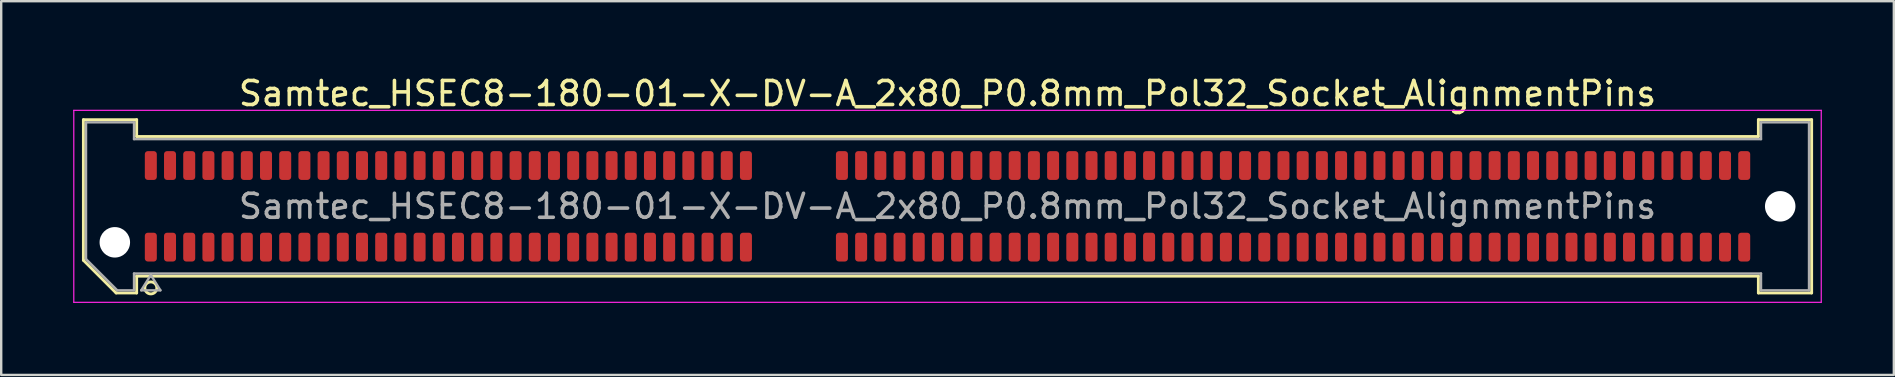
<source format=kicad_pcb>
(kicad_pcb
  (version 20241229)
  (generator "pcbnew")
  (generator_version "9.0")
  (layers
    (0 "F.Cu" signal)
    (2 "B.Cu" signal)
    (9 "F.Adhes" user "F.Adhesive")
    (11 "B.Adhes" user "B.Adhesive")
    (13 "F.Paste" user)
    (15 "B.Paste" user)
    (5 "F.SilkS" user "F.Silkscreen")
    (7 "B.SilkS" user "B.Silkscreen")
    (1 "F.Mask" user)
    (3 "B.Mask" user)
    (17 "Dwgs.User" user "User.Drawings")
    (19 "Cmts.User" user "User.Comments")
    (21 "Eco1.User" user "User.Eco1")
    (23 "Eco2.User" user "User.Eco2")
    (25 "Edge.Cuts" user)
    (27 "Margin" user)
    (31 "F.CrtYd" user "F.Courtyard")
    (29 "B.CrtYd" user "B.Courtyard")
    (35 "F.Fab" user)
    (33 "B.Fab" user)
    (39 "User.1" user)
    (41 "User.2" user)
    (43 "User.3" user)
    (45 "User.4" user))
  (footprint "Samtec_HSEC8-180-01-X-DV-A_2x80_P0.8mm_Pol32_Socket_AlignmentPins"
    (layer "F.Cu")
    (at 36.435 5.548)
    (property "Reference" "Samtec_HSEC8-180-01-X-DV-A_2x80_P0.8mm_Pol32_Socket_AlignmentPins" (at 0 -4.7 0) (layer "F.SilkS") (effects (font (size 1 1) (thickness 0.15))))
    (attr smd)
    (fp_line (start -36.01 -3.61) (end -33.79 -3.61) (stroke (width 0.12) (type solid)) (layer "F.SilkS"))
    (fp_line (start -36.01 2.246) (end -36.01 -3.61) (stroke (width 0.12) (type solid)) (layer "F.SilkS"))
    (fp_line (start -34.646 3.61) (end -36.01 2.246) (stroke (width 0.12) (type solid)) (layer "F.SilkS"))
    (fp_line (start -33.79 -3.61) (end -33.79 -2.91) (stroke (width 0.12) (type solid)) (layer "F.SilkS"))
    (fp_line (start -33.79 -2.91) (end 33.79 -2.91) (stroke (width 0.12) (type solid)) (layer "F.SilkS"))
    (fp_line (start -33.79 2.91) (end -33.79 3.61) (stroke (width 0.12) (type solid)) (layer "F.SilkS"))
    (fp_line (start -33.79 3.61) (end -34.646 3.61) (stroke (width 0.12) (type solid)) (layer "F.SilkS"))
    (fp_line (start 33.79 -3.61) (end 36.01 -3.61) (stroke (width 0.12) (type solid)) (layer "F.SilkS"))
    (fp_line (start 33.79 -2.91) (end 33.79 -3.61) (stroke (width 0.12) (type solid)) (layer "F.SilkS"))
    (fp_line (start 33.79 2.91) (end -33.79 2.91) (stroke (width 0.12) (type solid)) (layer "F.SilkS"))
    (fp_line (start 33.79 3.61) (end 33.79 2.91) (stroke (width 0.12) (type solid)) (layer "F.SilkS"))
    (fp_line (start 36.01 -3.61) (end 36.01 3.61) (stroke (width 0.12) (type solid)) (layer "F.SilkS"))
    (fp_line (start 36.01 3.61) (end 33.79 3.61) (stroke (width 0.12) (type solid)) (layer "F.SilkS"))
    (fp_arc (start -32.95 3.4) (mid -33.45 3.4) (end -32.95 3.4) (stroke (width 0.12) (type solid)) (layer "F.SilkS"))
    (fp_line (start -36.41 -4) (end -36.41 4) (stroke (width 0.05) (type solid)) (layer "F.CrtYd"))
    (fp_line (start -36.41 4) (end 36.41 4) (stroke (width 0.05) (type solid)) (layer "F.CrtYd"))
    (fp_line (start 36.41 -4) (end -36.41 -4) (stroke (width 0.05) (type solid)) (layer "F.CrtYd"))
    (fp_line (start 36.41 4) (end 36.41 -4) (stroke (width 0.05) (type solid)) (layer "F.CrtYd"))
    (fp_line (start -35.9 -3.5) (end -33.9 -3.5) (stroke (width 0.1) (type solid)) (layer "F.Fab"))
    (fp_line (start -35.9 2.2) (end -35.9 -3.5) (stroke (width 0.1) (type solid)) (layer "F.Fab"))
    (fp_line (start -34.6 3.5) (end -35.9 2.2) (stroke (width 0.1) (type solid)) (layer "F.Fab"))
    (fp_line (start -33.9 -3.5) (end -33.9 -2.8) (stroke (width 0.1) (type solid)) (layer "F.Fab"))
    (fp_line (start -33.9 -2.8) (end 33.9 -2.8) (stroke (width 0.1) (type solid)) (layer "F.Fab"))
    (fp_line (start -33.9 2.8) (end -33.9 3.5) (stroke (width 0.1) (type solid)) (layer "F.Fab"))
    (fp_line (start -33.9 3.5) (end -34.6 3.5) (stroke (width 0.1) (type solid)) (layer "F.Fab"))
    (fp_line (start -33.6 3.5) (end -33.2 2.86) (stroke (width 0.1) (type solid)) (layer "F.Fab"))
    (fp_line (start -33.2 2.86) (end -32.8 3.5) (stroke (width 0.1) (type solid)) (layer "F.Fab"))
    (fp_line (start -32.8 3.5) (end -33.6 3.5) (stroke (width 0.1) (type solid)) (layer "F.Fab"))
    (fp_line (start 33.9 -3.5) (end 35.9 -3.5) (stroke (width 0.1) (type solid)) (layer "F.Fab"))
    (fp_line (start 33.9 -2.8) (end 33.9 -3.5) (stroke (width 0.1) (type solid)) (layer "F.Fab"))
    (fp_line (start 33.9 2.8) (end -33.9 2.8) (stroke (width 0.1) (type solid)) (layer "F.Fab"))
    (fp_line (start 33.9 3.5) (end 33.9 2.8) (stroke (width 0.1) (type solid)) (layer "F.Fab"))
    (fp_line (start 35.9 -3.5) (end 35.9 3.5) (stroke (width 0.1) (type solid)) (layer "F.Fab"))
    (fp_line (start 35.9 3.5) (end 33.9 3.5) (stroke (width 0.1) (type solid)) (layer "F.Fab"))
    (fp_text user "${REFERENCE}" (at 0 0 0) (layer "F.Fab") (effects (font (size 1 1) (thickness 0.15))))
    (pad "" np_thru_hole circle (at -34.7 1.5) (size 1.27 1.27) (drill 1.27) (layers "*.Cu" "*.Mask"))
    (pad "" np_thru_hole circle (at 34.7 0) (size 1.27 1.27) (drill 1.27) (layers "*.Cu" "*.Mask"))
    (pad "1" smd roundrect (at -33.2 1.7) (size 0.5 1.2) (layers "F.Cu" "F.Mask" "F.Paste") (roundrect_rratio 0.25))
    (pad "2" smd roundrect (at -33.2 -1.7) (size 0.5 1.2) (layers "F.Cu" "F.Mask" "F.Paste") (roundrect_rratio 0.25))
    (pad "3" smd roundrect (at -32.4 1.7) (size 0.5 1.2) (layers "F.Cu" "F.Mask" "F.Paste") (roundrect_rratio 0.25))
    (pad "4" smd roundrect (at -32.4 -1.7) (size 0.5 1.2) (layers "F.Cu" "F.Mask" "F.Paste") (roundrect_rratio 0.25))
    (pad "5" smd roundrect (at -31.6 1.7) (size 0.5 1.2) (layers "F.Cu" "F.Mask" "F.Paste") (roundrect_rratio 0.25))
    (pad "6" smd roundrect (at -31.6 -1.7) (size 0.5 1.2) (layers "F.Cu" "F.Mask" "F.Paste") (roundrect_rratio 0.25))
    (pad "7" smd roundrect (at -30.8 1.7) (size 0.5 1.2) (layers "F.Cu" "F.Mask" "F.Paste") (roundrect_rratio 0.25))
    (pad "8" smd roundrect (at -30.8 -1.7) (size 0.5 1.2) (layers "F.Cu" "F.Mask" "F.Paste") (roundrect_rratio 0.25))
    (pad "9" smd roundrect (at -30 1.7) (size 0.5 1.2) (layers "F.Cu" "F.Mask" "F.Paste") (roundrect_rratio 0.25))
    (pad "10" smd roundrect (at -30 -1.7) (size 0.5 1.2) (layers "F.Cu" "F.Mask" "F.Paste") (roundrect_rratio 0.25))
    (pad "11" smd roundrect (at -29.2 1.7) (size 0.5 1.2) (layers "F.Cu" "F.Mask" "F.Paste") (roundrect_rratio 0.25))
    (pad "12" smd roundrect (at -29.2 -1.7) (size 0.5 1.2) (layers "F.Cu" "F.Mask" "F.Paste") (roundrect_rratio 0.25))
    (pad "13" smd roundrect (at -28.4 1.7) (size 0.5 1.2) (layers "F.Cu" "F.Mask" "F.Paste") (roundrect_rratio 0.25))
    (pad "14" smd roundrect (at -28.4 -1.7) (size 0.5 1.2) (layers "F.Cu" "F.Mask" "F.Paste") (roundrect_rratio 0.25))
    (pad "15" smd roundrect (at -27.6 1.7) (size 0.5 1.2) (layers "F.Cu" "F.Mask" "F.Paste") (roundrect_rratio 0.25))
    (pad "16" smd roundrect (at -27.6 -1.7) (size 0.5 1.2) (layers "F.Cu" "F.Mask" "F.Paste") (roundrect_rratio 0.25))
    (pad "17" smd roundrect (at -26.8 1.7) (size 0.5 1.2) (layers "F.Cu" "F.Mask" "F.Paste") (roundrect_rratio 0.25))
    (pad "18" smd roundrect (at -26.8 -1.7) (size 0.5 1.2) (layers "F.Cu" "F.Mask" "F.Paste") (roundrect_rratio 0.25))
    (pad "19" smd roundrect (at -26 1.7) (size 0.5 1.2) (layers "F.Cu" "F.Mask" "F.Paste") (roundrect_rratio 0.25))
    (pad "20" smd roundrect (at -26 -1.7) (size 0.5 1.2) (layers "F.Cu" "F.Mask" "F.Paste") (roundrect_rratio 0.25))
    (pad "21" smd roundrect (at -25.2 1.7) (size 0.5 1.2) (layers "F.Cu" "F.Mask" "F.Paste") (roundrect_rratio 0.25))
    (pad "22" smd roundrect (at -25.2 -1.7) (size 0.5 1.2) (layers "F.Cu" "F.Mask" "F.Paste") (roundrect_rratio 0.25))
    (pad "23" smd roundrect (at -24.4 1.7) (size 0.5 1.2) (layers "F.Cu" "F.Mask" "F.Paste") (roundrect_rratio 0.25))
    (pad "24" smd roundrect (at -24.4 -1.7) (size 0.5 1.2) (layers "F.Cu" "F.Mask" "F.Paste") (roundrect_rratio 0.25))
    (pad "25" smd roundrect (at -23.6 1.7) (size 0.5 1.2) (layers "F.Cu" "F.Mask" "F.Paste") (roundrect_rratio 0.25))
    (pad "26" smd roundrect (at -23.6 -1.7) (size 0.5 1.2) (layers "F.Cu" "F.Mask" "F.Paste") (roundrect_rratio 0.25))
    (pad "27" smd roundrect (at -22.8 1.7) (size 0.5 1.2) (layers "F.Cu" "F.Mask" "F.Paste") (roundrect_rratio 0.25))
    (pad "28" smd roundrect (at -22.8 -1.7) (size 0.5 1.2) (layers "F.Cu" "F.Mask" "F.Paste") (roundrect_rratio 0.25))
    (pad "29" smd roundrect (at -22 1.7) (size 0.5 1.2) (layers "F.Cu" "F.Mask" "F.Paste") (roundrect_rratio 0.25))
    (pad "30" smd roundrect (at -22 -1.7) (size 0.5 1.2) (layers "F.Cu" "F.Mask" "F.Paste") (roundrect_rratio 0.25))
    (pad "31" smd roundrect (at -21.2 1.7) (size 0.5 1.2) (layers "F.Cu" "F.Mask" "F.Paste") (roundrect_rratio 0.25))
    (pad "32" smd roundrect (at -21.2 -1.7) (size 0.5 1.2) (layers "F.Cu" "F.Mask" "F.Paste") (roundrect_rratio 0.25))
    (pad "33" smd roundrect (at -20.4 1.7) (size 0.5 1.2) (layers "F.Cu" "F.Mask" "F.Paste") (roundrect_rratio 0.25))
    (pad "34" smd roundrect (at -20.4 -1.7) (size 0.5 1.2) (layers "F.Cu" "F.Mask" "F.Paste") (roundrect_rratio 0.25))
    (pad "35" smd roundrect (at -19.6 1.7) (size 0.5 1.2) (layers "F.Cu" "F.Mask" "F.Paste") (roundrect_rratio 0.25))
    (pad "36" smd roundrect (at -19.6 -1.7) (size 0.5 1.2) (layers "F.Cu" "F.Mask" "F.Paste") (roundrect_rratio 0.25))
    (pad "37" smd roundrect (at -18.8 1.7) (size 0.5 1.2) (layers "F.Cu" "F.Mask" "F.Paste") (roundrect_rratio 0.25))
    (pad "38" smd roundrect (at -18.8 -1.7) (size 0.5 1.2) (layers "F.Cu" "F.Mask" "F.Paste") (roundrect_rratio 0.25))
    (pad "39" smd roundrect (at -18 1.7) (size 0.5 1.2) (layers "F.Cu" "F.Mask" "F.Paste") (roundrect_rratio 0.25))
    (pad "40" smd roundrect (at -18 -1.7) (size 0.5 1.2) (layers "F.Cu" "F.Mask" "F.Paste") (roundrect_rratio 0.25))
    (pad "41" smd roundrect (at -17.2 1.7) (size 0.5 1.2) (layers "F.Cu" "F.Mask" "F.Paste") (roundrect_rratio 0.25))
    (pad "42" smd roundrect (at -17.2 -1.7) (size 0.5 1.2) (layers "F.Cu" "F.Mask" "F.Paste") (roundrect_rratio 0.25))
    (pad "43" smd roundrect (at -16.4 1.7) (size 0.5 1.2) (layers "F.Cu" "F.Mask" "F.Paste") (roundrect_rratio 0.25))
    (pad "44" smd roundrect (at -16.4 -1.7) (size 0.5 1.2) (layers "F.Cu" "F.Mask" "F.Paste") (roundrect_rratio 0.25))
    (pad "45" smd roundrect (at -15.6 1.7) (size 0.5 1.2) (layers "F.Cu" "F.Mask" "F.Paste") (roundrect_rratio 0.25))
    (pad "46" smd roundrect (at -15.6 -1.7) (size 0.5 1.2) (layers "F.Cu" "F.Mask" "F.Paste") (roundrect_rratio 0.25))
    (pad "47" smd roundrect (at -14.8 1.7) (size 0.5 1.2) (layers "F.Cu" "F.Mask" "F.Paste") (roundrect_rratio 0.25))
    (pad "48" smd roundrect (at -14.8 -1.7) (size 0.5 1.2) (layers "F.Cu" "F.Mask" "F.Paste") (roundrect_rratio 0.25))
    (pad "49" smd roundrect (at -14 1.7) (size 0.5 1.2) (layers "F.Cu" "F.Mask" "F.Paste") (roundrect_rratio 0.25))
    (pad "50" smd roundrect (at -14 -1.7) (size 0.5 1.2) (layers "F.Cu" "F.Mask" "F.Paste") (roundrect_rratio 0.25))
    (pad "51" smd roundrect (at -13.2 1.7) (size 0.5 1.2) (layers "F.Cu" "F.Mask" "F.Paste") (roundrect_rratio 0.25))
    (pad "52" smd roundrect (at -13.2 -1.7) (size 0.5 1.2) (layers "F.Cu" "F.Mask" "F.Paste") (roundrect_rratio 0.25))
    (pad "53" smd roundrect (at -12.4 1.7) (size 0.5 1.2) (layers "F.Cu" "F.Mask" "F.Paste") (roundrect_rratio 0.25))
    (pad "54" smd roundrect (at -12.4 -1.7) (size 0.5 1.2) (layers "F.Cu" "F.Mask" "F.Paste") (roundrect_rratio 0.25))
    (pad "55" smd roundrect (at -11.6 1.7) (size 0.5 1.2) (layers "F.Cu" "F.Mask" "F.Paste") (roundrect_rratio 0.25))
    (pad "56" smd roundrect (at -11.6 -1.7) (size 0.5 1.2) (layers "F.Cu" "F.Mask" "F.Paste") (roundrect_rratio 0.25))
    (pad "57" smd roundrect (at -10.8 1.7) (size 0.5 1.2) (layers "F.Cu" "F.Mask" "F.Paste") (roundrect_rratio 0.25))
    (pad "58" smd roundrect (at -10.8 -1.7) (size 0.5 1.2) (layers "F.Cu" "F.Mask" "F.Paste") (roundrect_rratio 0.25))
    (pad "59" smd roundrect (at -10 1.7) (size 0.5 1.2) (layers "F.Cu" "F.Mask" "F.Paste") (roundrect_rratio 0.25))
    (pad "60" smd roundrect (at -10 -1.7) (size 0.5 1.2) (layers "F.Cu" "F.Mask" "F.Paste") (roundrect_rratio 0.25))
    (pad "61" smd roundrect (at -9.2 1.7) (size 0.5 1.2) (layers "F.Cu" "F.Mask" "F.Paste") (roundrect_rratio 0.25))
    (pad "62" smd roundrect (at -9.2 -1.7) (size 0.5 1.2) (layers "F.Cu" "F.Mask" "F.Paste") (roundrect_rratio 0.25))
    (pad "63" smd roundrect (at -8.4 1.7) (size 0.5 1.2) (layers "F.Cu" "F.Mask" "F.Paste") (roundrect_rratio 0.25))
    (pad "64" smd roundrect (at -8.4 -1.7) (size 0.5 1.2) (layers "F.Cu" "F.Mask" "F.Paste") (roundrect_rratio 0.25))
    (pad "65" smd roundrect (at -4.4 1.7) (size 0.5 1.2) (layers "F.Cu" "F.Mask" "F.Paste") (roundrect_rratio 0.25))
    (pad "66" smd roundrect (at -4.4 -1.7) (size 0.5 1.2) (layers "F.Cu" "F.Mask" "F.Paste") (roundrect_rratio 0.25))
    (pad "67" smd roundrect (at -3.6 1.7) (size 0.5 1.2) (layers "F.Cu" "F.Mask" "F.Paste") (roundrect_rratio 0.25))
    (pad "68" smd roundrect (at -3.6 -1.7) (size 0.5 1.2) (layers "F.Cu" "F.Mask" "F.Paste") (roundrect_rratio 0.25))
    (pad "69" smd roundrect (at -2.8 1.7) (size 0.5 1.2) (layers "F.Cu" "F.Mask" "F.Paste") (roundrect_rratio 0.25))
    (pad "70" smd roundrect (at -2.8 -1.7) (size 0.5 1.2) (layers "F.Cu" "F.Mask" "F.Paste") (roundrect_rratio 0.25))
    (pad "71" smd roundrect (at -2 1.7) (size 0.5 1.2) (layers "F.Cu" "F.Mask" "F.Paste") (roundrect_rratio 0.25))
    (pad "72" smd roundrect (at -2 -1.7) (size 0.5 1.2) (layers "F.Cu" "F.Mask" "F.Paste") (roundrect_rratio 0.25))
    (pad "73" smd roundrect (at -1.2 1.7) (size 0.5 1.2) (layers "F.Cu" "F.Mask" "F.Paste") (roundrect_rratio 0.25))
    (pad "74" smd roundrect (at -1.2 -1.7) (size 0.5 1.2) (layers "F.Cu" "F.Mask" "F.Paste") (roundrect_rratio 0.25))
    (pad "75" smd roundrect (at -0.4 1.7) (size 0.5 1.2) (layers "F.Cu" "F.Mask" "F.Paste") (roundrect_rratio 0.25))
    (pad "76" smd roundrect (at -0.4 -1.7) (size 0.5 1.2) (layers "F.Cu" "F.Mask" "F.Paste") (roundrect_rratio 0.25))
    (pad "77" smd roundrect (at 0.4 1.7) (size 0.5 1.2) (layers "F.Cu" "F.Mask" "F.Paste") (roundrect_rratio 0.25))
    (pad "78" smd roundrect (at 0.4 -1.7) (size 0.5 1.2) (layers "F.Cu" "F.Mask" "F.Paste") (roundrect_rratio 0.25))
    (pad "79" smd roundrect (at 1.2 1.7) (size 0.5 1.2) (layers "F.Cu" "F.Mask" "F.Paste") (roundrect_rratio 0.25))
    (pad "80" smd roundrect (at 1.2 -1.7) (size 0.5 1.2) (layers "F.Cu" "F.Mask" "F.Paste") (roundrect_rratio 0.25))
    (pad "81" smd roundrect (at 2 1.7) (size 0.5 1.2) (layers "F.Cu" "F.Mask" "F.Paste") (roundrect_rratio 0.25))
    (pad "82" smd roundrect (at 2 -1.7) (size 0.5 1.2) (layers "F.Cu" "F.Mask" "F.Paste") (roundrect_rratio 0.25))
    (pad "83" smd roundrect (at 2.8 1.7) (size 0.5 1.2) (layers "F.Cu" "F.Mask" "F.Paste") (roundrect_rratio 0.25))
    (pad "84" smd roundrect (at 2.8 -1.7) (size 0.5 1.2) (layers "F.Cu" "F.Mask" "F.Paste") (roundrect_rratio 0.25))
    (pad "85" smd roundrect (at 3.6 1.7) (size 0.5 1.2) (layers "F.Cu" "F.Mask" "F.Paste") (roundrect_rratio 0.25))
    (pad "86" smd roundrect (at 3.6 -1.7) (size 0.5 1.2) (layers "F.Cu" "F.Mask" "F.Paste") (roundrect_rratio 0.25))
    (pad "87" smd roundrect (at 4.4 1.7) (size 0.5 1.2) (layers "F.Cu" "F.Mask" "F.Paste") (roundrect_rratio 0.25))
    (pad "88" smd roundrect (at 4.4 -1.7) (size 0.5 1.2) (layers "F.Cu" "F.Mask" "F.Paste") (roundrect_rratio 0.25))
    (pad "89" smd roundrect (at 5.2 1.7) (size 0.5 1.2) (layers "F.Cu" "F.Mask" "F.Paste") (roundrect_rratio 0.25))
    (pad "90" smd roundrect (at 5.2 -1.7) (size 0.5 1.2) (layers "F.Cu" "F.Mask" "F.Paste") (roundrect_rratio 0.25))
    (pad "91" smd roundrect (at 6 1.7) (size 0.5 1.2) (layers "F.Cu" "F.Mask" "F.Paste") (roundrect_rratio 0.25))
    (pad "92" smd roundrect (at 6 -1.7) (size 0.5 1.2) (layers "F.Cu" "F.Mask" "F.Paste") (roundrect_rratio 0.25))
    (pad "93" smd roundrect (at 6.8 1.7) (size 0.5 1.2) (layers "F.Cu" "F.Mask" "F.Paste") (roundrect_rratio 0.25))
    (pad "94" smd roundrect (at 6.8 -1.7) (size 0.5 1.2) (layers "F.Cu" "F.Mask" "F.Paste") (roundrect_rratio 0.25))
    (pad "95" smd roundrect (at 7.6 1.7) (size 0.5 1.2) (layers "F.Cu" "F.Mask" "F.Paste") (roundrect_rratio 0.25))
    (pad "96" smd roundrect (at 7.6 -1.7) (size 0.5 1.2) (layers "F.Cu" "F.Mask" "F.Paste") (roundrect_rratio 0.25))
    (pad "97" smd roundrect (at 8.4 1.7) (size 0.5 1.2) (layers "F.Cu" "F.Mask" "F.Paste") (roundrect_rratio 0.25))
    (pad "98" smd roundrect (at 8.4 -1.7) (size 0.5 1.2) (layers "F.Cu" "F.Mask" "F.Paste") (roundrect_rratio 0.25))
    (pad "99" smd roundrect (at 9.2 1.7) (size 0.5 1.2) (layers "F.Cu" "F.Mask" "F.Paste") (roundrect_rratio 0.25))
    (pad "100" smd roundrect (at 9.2 -1.7) (size 0.5 1.2) (layers "F.Cu" "F.Mask" "F.Paste") (roundrect_rratio 0.25))
    (pad "101" smd roundrect (at 10 1.7) (size 0.5 1.2) (layers "F.Cu" "F.Mask" "F.Paste") (roundrect_rratio 0.25))
    (pad "102" smd roundrect (at 10 -1.7) (size 0.5 1.2) (layers "F.Cu" "F.Mask" "F.Paste") (roundrect_rratio 0.25))
    (pad "103" smd roundrect (at 10.8 1.7) (size 0.5 1.2) (layers "F.Cu" "F.Mask" "F.Paste") (roundrect_rratio 0.25))
    (pad "104" smd roundrect (at 10.8 -1.7) (size 0.5 1.2) (layers "F.Cu" "F.Mask" "F.Paste") (roundrect_rratio 0.25))
    (pad "105" smd roundrect (at 11.6 1.7) (size 0.5 1.2) (layers "F.Cu" "F.Mask" "F.Paste") (roundrect_rratio 0.25))
    (pad "106" smd roundrect (at 11.6 -1.7) (size 0.5 1.2) (layers "F.Cu" "F.Mask" "F.Paste") (roundrect_rratio 0.25))
    (pad "107" smd roundrect (at 12.4 1.7) (size 0.5 1.2) (layers "F.Cu" "F.Mask" "F.Paste") (roundrect_rratio 0.25))
    (pad "108" smd roundrect (at 12.4 -1.7) (size 0.5 1.2) (layers "F.Cu" "F.Mask" "F.Paste") (roundrect_rratio 0.25))
    (pad "109" smd roundrect (at 13.2 1.7) (size 0.5 1.2) (layers "F.Cu" "F.Mask" "F.Paste") (roundrect_rratio 0.25))
    (pad "110" smd roundrect (at 13.2 -1.7) (size 0.5 1.2) (layers "F.Cu" "F.Mask" "F.Paste") (roundrect_rratio 0.25))
    (pad "111" smd roundrect (at 14 1.7) (size 0.5 1.2) (layers "F.Cu" "F.Mask" "F.Paste") (roundrect_rratio 0.25))
    (pad "112" smd roundrect (at 14 -1.7) (size 0.5 1.2) (layers "F.Cu" "F.Mask" "F.Paste") (roundrect_rratio 0.25))
    (pad "113" smd roundrect (at 14.8 1.7) (size 0.5 1.2) (layers "F.Cu" "F.Mask" "F.Paste") (roundrect_rratio 0.25))
    (pad "114" smd roundrect (at 14.8 -1.7) (size 0.5 1.2) (layers "F.Cu" "F.Mask" "F.Paste") (roundrect_rratio 0.25))
    (pad "115" smd roundrect (at 15.6 1.7) (size 0.5 1.2) (layers "F.Cu" "F.Mask" "F.Paste") (roundrect_rratio 0.25))
    (pad "116" smd roundrect (at 15.6 -1.7) (size 0.5 1.2) (layers "F.Cu" "F.Mask" "F.Paste") (roundrect_rratio 0.25))
    (pad "117" smd roundrect (at 16.4 1.7) (size 0.5 1.2) (layers "F.Cu" "F.Mask" "F.Paste") (roundrect_rratio 0.25))
    (pad "118" smd roundrect (at 16.4 -1.7) (size 0.5 1.2) (layers "F.Cu" "F.Mask" "F.Paste") (roundrect_rratio 0.25))
    (pad "119" smd roundrect (at 17.2 1.7) (size 0.5 1.2) (layers "F.Cu" "F.Mask" "F.Paste") (roundrect_rratio 0.25))
    (pad "120" smd roundrect (at 17.2 -1.7) (size 0.5 1.2) (layers "F.Cu" "F.Mask" "F.Paste") (roundrect_rratio 0.25))
    (pad "121" smd roundrect (at 18 1.7) (size 0.5 1.2) (layers "F.Cu" "F.Mask" "F.Paste") (roundrect_rratio 0.25))
    (pad "122" smd roundrect (at 18 -1.7) (size 0.5 1.2) (layers "F.Cu" "F.Mask" "F.Paste") (roundrect_rratio 0.25))
    (pad "123" smd roundrect (at 18.8 1.7) (size 0.5 1.2) (layers "F.Cu" "F.Mask" "F.Paste") (roundrect_rratio 0.25))
    (pad "124" smd roundrect (at 18.8 -1.7) (size 0.5 1.2) (layers "F.Cu" "F.Mask" "F.Paste") (roundrect_rratio 0.25))
    (pad "125" smd roundrect (at 19.6 1.7) (size 0.5 1.2) (layers "F.Cu" "F.Mask" "F.Paste") (roundrect_rratio 0.25))
    (pad "126" smd roundrect (at 19.6 -1.7) (size 0.5 1.2) (layers "F.Cu" "F.Mask" "F.Paste") (roundrect_rratio 0.25))
    (pad "127" smd roundrect (at 20.4 1.7) (size 0.5 1.2) (layers "F.Cu" "F.Mask" "F.Paste") (roundrect_rratio 0.25))
    (pad "128" smd roundrect (at 20.4 -1.7) (size 0.5 1.2) (layers "F.Cu" "F.Mask" "F.Paste") (roundrect_rratio 0.25))
    (pad "129" smd roundrect (at 21.2 1.7) (size 0.5 1.2) (layers "F.Cu" "F.Mask" "F.Paste") (roundrect_rratio 0.25))
    (pad "130" smd roundrect (at 21.2 -1.7) (size 0.5 1.2) (layers "F.Cu" "F.Mask" "F.Paste") (roundrect_rratio 0.25))
    (pad "131" smd roundrect (at 22 1.7) (size 0.5 1.2) (layers "F.Cu" "F.Mask" "F.Paste") (roundrect_rratio 0.25))
    (pad "132" smd roundrect (at 22 -1.7) (size 0.5 1.2) (layers "F.Cu" "F.Mask" "F.Paste") (roundrect_rratio 0.25))
    (pad "133" smd roundrect (at 22.8 1.7) (size 0.5 1.2) (layers "F.Cu" "F.Mask" "F.Paste") (roundrect_rratio 0.25))
    (pad "134" smd roundrect (at 22.8 -1.7) (size 0.5 1.2) (layers "F.Cu" "F.Mask" "F.Paste") (roundrect_rratio 0.25))
    (pad "135" smd roundrect (at 23.6 1.7) (size 0.5 1.2) (layers "F.Cu" "F.Mask" "F.Paste") (roundrect_rratio 0.25))
    (pad "136" smd roundrect (at 23.6 -1.7) (size 0.5 1.2) (layers "F.Cu" "F.Mask" "F.Paste") (roundrect_rratio 0.25))
    (pad "137" smd roundrect (at 24.4 1.7) (size 0.5 1.2) (layers "F.Cu" "F.Mask" "F.Paste") (roundrect_rratio 0.25))
    (pad "138" smd roundrect (at 24.4 -1.7) (size 0.5 1.2) (layers "F.Cu" "F.Mask" "F.Paste") (roundrect_rratio 0.25))
    (pad "139" smd roundrect (at 25.2 1.7) (size 0.5 1.2) (layers "F.Cu" "F.Mask" "F.Paste") (roundrect_rratio 0.25))
    (pad "140" smd roundrect (at 25.2 -1.7) (size 0.5 1.2) (layers "F.Cu" "F.Mask" "F.Paste") (roundrect_rratio 0.25))
    (pad "141" smd roundrect (at 26 1.7) (size 0.5 1.2) (layers "F.Cu" "F.Mask" "F.Paste") (roundrect_rratio 0.25))
    (pad "142" smd roundrect (at 26 -1.7) (size 0.5 1.2) (layers "F.Cu" "F.Mask" "F.Paste") (roundrect_rratio 0.25))
    (pad "143" smd roundrect (at 26.8 1.7) (size 0.5 1.2) (layers "F.Cu" "F.Mask" "F.Paste") (roundrect_rratio 0.25))
    (pad "144" smd roundrect (at 26.8 -1.7) (size 0.5 1.2) (layers "F.Cu" "F.Mask" "F.Paste") (roundrect_rratio 0.25))
    (pad "145" smd roundrect (at 27.6 1.7) (size 0.5 1.2) (layers "F.Cu" "F.Mask" "F.Paste") (roundrect_rratio 0.25))
    (pad "146" smd roundrect (at 27.6 -1.7) (size 0.5 1.2) (layers "F.Cu" "F.Mask" "F.Paste") (roundrect_rratio 0.25))
    (pad "147" smd roundrect (at 28.4 1.7) (size 0.5 1.2) (layers "F.Cu" "F.Mask" "F.Paste") (roundrect_rratio 0.25))
    (pad "148" smd roundrect (at 28.4 -1.7) (size 0.5 1.2) (layers "F.Cu" "F.Mask" "F.Paste") (roundrect_rratio 0.25))
    (pad "149" smd roundrect (at 29.2 1.7) (size 0.5 1.2) (layers "F.Cu" "F.Mask" "F.Paste") (roundrect_rratio 0.25))
    (pad "150" smd roundrect (at 29.2 -1.7) (size 0.5 1.2) (layers "F.Cu" "F.Mask" "F.Paste") (roundrect_rratio 0.25))
    (pad "151" smd roundrect (at 30 1.7) (size 0.5 1.2) (layers "F.Cu" "F.Mask" "F.Paste") (roundrect_rratio 0.25))
    (pad "152" smd roundrect (at 30 -1.7) (size 0.5 1.2) (layers "F.Cu" "F.Mask" "F.Paste") (roundrect_rratio 0.25))
    (pad "153" smd roundrect (at 30.8 1.7) (size 0.5 1.2) (layers "F.Cu" "F.Mask" "F.Paste") (roundrect_rratio 0.25))
    (pad "154" smd roundrect (at 30.8 -1.7) (size 0.5 1.2) (layers "F.Cu" "F.Mask" "F.Paste") (roundrect_rratio 0.25))
    (pad "155" smd roundrect (at 31.6 1.7) (size 0.5 1.2) (layers "F.Cu" "F.Mask" "F.Paste") (roundrect_rratio 0.25))
    (pad "156" smd roundrect (at 31.6 -1.7) (size 0.5 1.2) (layers "F.Cu" "F.Mask" "F.Paste") (roundrect_rratio 0.25))
    (pad "157" smd roundrect (at 32.4 1.7) (size 0.5 1.2) (layers "F.Cu" "F.Mask" "F.Paste") (roundrect_rratio 0.25))
    (pad "158" smd roundrect (at 32.4 -1.7) (size 0.5 1.2) (layers "F.Cu" "F.Mask" "F.Paste") (roundrect_rratio 0.25))
    (pad "159" smd roundrect (at 33.2 1.7) (size 0.5 1.2) (layers "F.Cu" "F.Mask" "F.Paste") (roundrect_rratio 0.25))
    (pad "160" smd roundrect (at 33.2 -1.7) (size 0.5 1.2) (layers "F.Cu" "F.Mask" "F.Paste") (roundrect_rratio 0.25)))
  (gr_rect
    (start -3 -3)
    (end 75.87 12.573)
    (stroke (width 0.1) (type default))
    (fill no)
    (layer "Edge.Cuts")))
</source>
